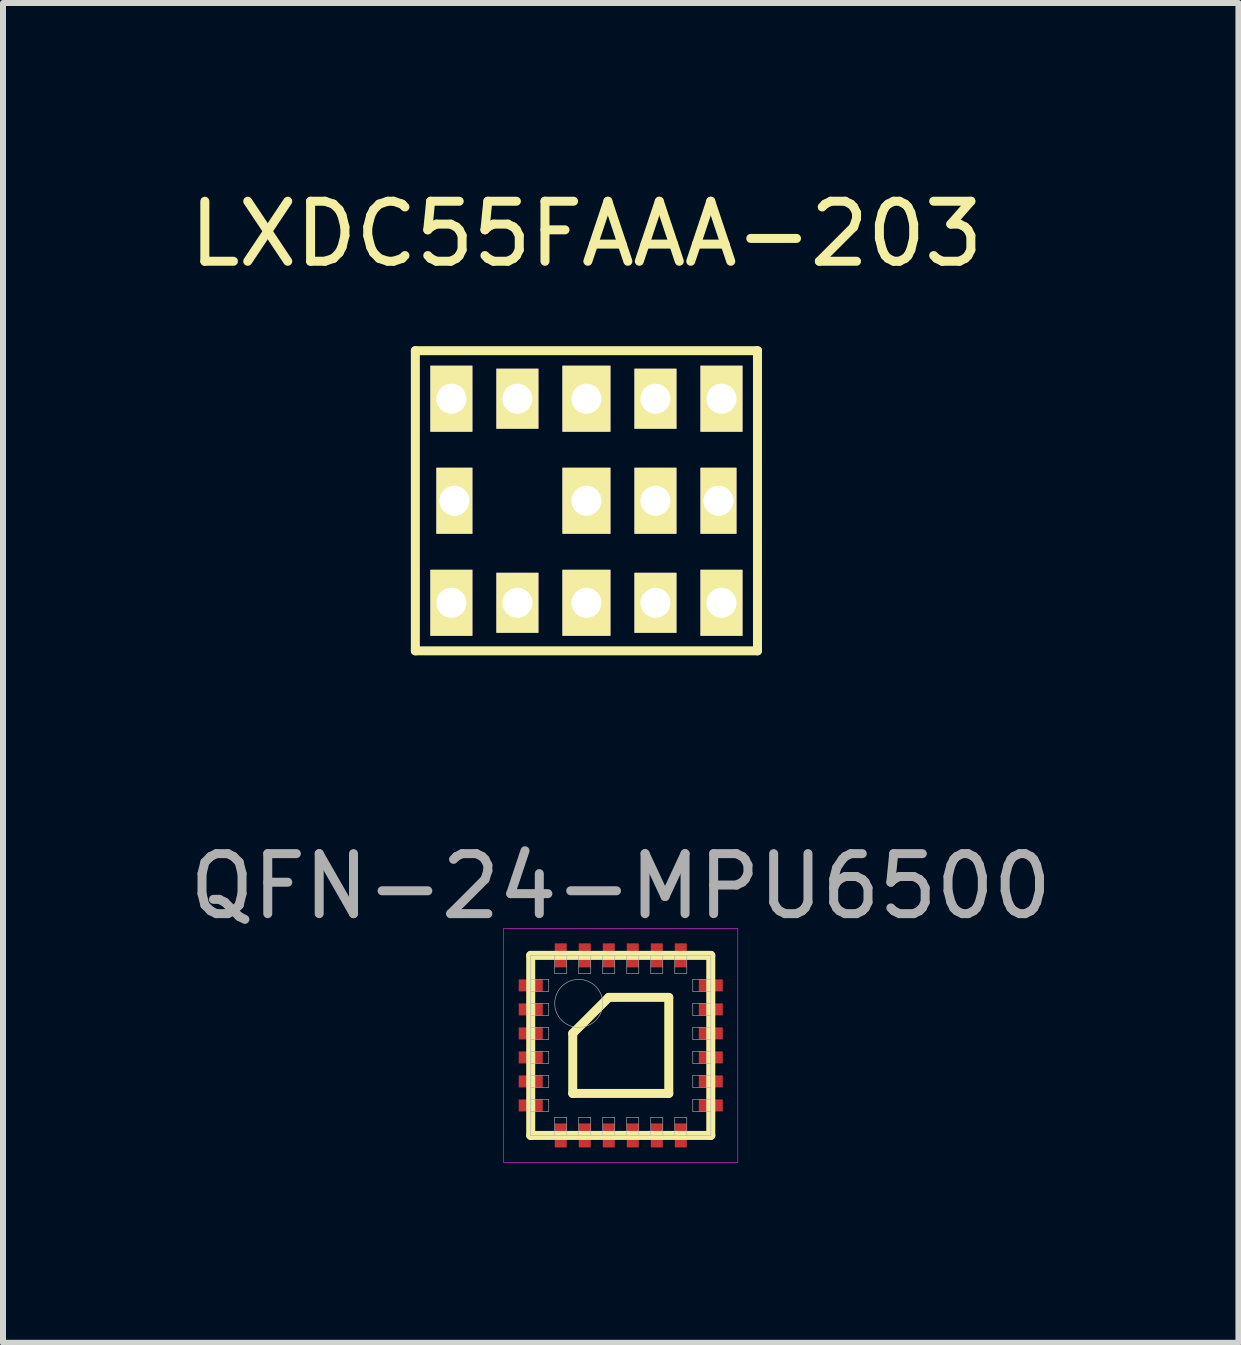
<source format=kicad_pcb>
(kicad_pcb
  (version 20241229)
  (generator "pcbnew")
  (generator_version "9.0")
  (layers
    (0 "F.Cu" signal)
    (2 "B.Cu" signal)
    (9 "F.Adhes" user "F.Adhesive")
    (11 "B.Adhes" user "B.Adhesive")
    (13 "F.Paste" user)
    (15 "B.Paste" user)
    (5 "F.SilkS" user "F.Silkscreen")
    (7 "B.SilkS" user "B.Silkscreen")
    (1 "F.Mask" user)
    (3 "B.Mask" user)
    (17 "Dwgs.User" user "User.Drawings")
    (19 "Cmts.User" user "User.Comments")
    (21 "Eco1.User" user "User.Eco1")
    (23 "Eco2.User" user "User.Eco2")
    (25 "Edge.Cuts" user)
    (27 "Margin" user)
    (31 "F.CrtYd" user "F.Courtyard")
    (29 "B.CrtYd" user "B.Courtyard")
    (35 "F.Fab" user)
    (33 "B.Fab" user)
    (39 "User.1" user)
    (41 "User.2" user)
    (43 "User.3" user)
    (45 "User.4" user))
  (footprint "QFN-24-MPU6500"
    (layer "F.Cu")
    (at 7.292 14.367)
    (property "Reference" "QFN-24-MPU6500" (at 0 -2.65 0) (layer "F.Fab") (effects (font (size 1 1) (thickness 0.15))))
    (attr through_hole)
    (fp_line (start -1.5 -1.5) (end 1.5 -1.5) (stroke (width 0.15) (type solid)) (layer "F.SilkS"))
    (fp_line (start -1.5 1.5) (end -1.5 -1.5) (stroke (width 0.15) (type solid)) (layer "F.SilkS"))
    (fp_line (start -0.8 -0.2) (end -0.2 -0.8) (stroke (width 0.15) (type solid)) (layer "F.SilkS"))
    (fp_line (start -0.8 0.8) (end -0.8 -0.2) (stroke (width 0.15) (type solid)) (layer "F.SilkS"))
    (fp_line (start -0.2 -0.8) (end 0.8 -0.8) (stroke (width 0.15) (type solid)) (layer "F.SilkS"))
    (fp_line (start 0.8 -0.8) (end 0.8 0.8) (stroke (width 0.15) (type solid)) (layer "F.SilkS"))
    (fp_line (start 0.8 0.8) (end -0.8 0.8) (stroke (width 0.15) (type solid)) (layer "F.SilkS"))
    (fp_line (start 1.5 -1.5) (end 1.5 1.5) (stroke (width 0.15) (type solid)) (layer "F.SilkS"))
    (fp_line (start 1.5 1.5) (end -1.5 1.5) (stroke (width 0.15) (type solid)) (layer "F.SilkS"))
    (fp_line (start -1.95 -1.95) (end 1.95 -1.95) (stroke (width 0.01) (type solid)) (layer "F.CrtYd"))
    (fp_line (start -1.95 1.95) (end -1.95 -1.95) (stroke (width 0.01) (type solid)) (layer "F.CrtYd"))
    (fp_line (start 1.95 -1.95) (end 1.95 1.95) (stroke (width 0.01) (type solid)) (layer "F.CrtYd"))
    (fp_line (start 1.95 1.95) (end -1.95 1.95) (stroke (width 0.01) (type solid)) (layer "F.CrtYd"))
    (fp_line (start -1.5 -1.5) (end 1.5 -1.5) (stroke (width 0.01) (type solid)) (layer "F.Fab"))
    (fp_line (start -1.5 -0.9) (end -1.2 -0.9) (stroke (width 0.01) (type solid)) (layer "F.Fab"))
    (fp_line (start -1.5 -0.5) (end -1.2 -0.5) (stroke (width 0.01) (type solid)) (layer "F.Fab"))
    (fp_line (start -1.5 -0.1) (end -1.2 -0.1) (stroke (width 0.01) (type solid)) (layer "F.Fab"))
    (fp_line (start -1.5 0.3) (end -1.2 0.3) (stroke (width 0.01) (type solid)) (layer "F.Fab"))
    (fp_line (start -1.5 0.7) (end -1.2 0.7) (stroke (width 0.01) (type solid)) (layer "F.Fab"))
    (fp_line (start -1.5 1.1) (end -1.2 1.1) (stroke (width 0.01) (type solid)) (layer "F.Fab"))
    (fp_line (start -1.5 1.5) (end -1.5 -1.5) (stroke (width 0.01) (type solid)) (layer "F.Fab"))
    (fp_line (start -1.2 -1.1) (end -1.5 -1.1) (stroke (width 0.01) (type solid)) (layer "F.Fab"))
    (fp_line (start -1.2 -0.9) (end -1.2 -1.1) (stroke (width 0.01) (type solid)) (layer "F.Fab"))
    (fp_line (start -1.2 -0.7) (end -1.5 -0.7) (stroke (width 0.01) (type solid)) (layer "F.Fab"))
    (fp_line (start -1.2 -0.5) (end -1.2 -0.7) (stroke (width 0.01) (type solid)) (layer "F.Fab"))
    (fp_line (start -1.2 -0.3) (end -1.5 -0.3) (stroke (width 0.01) (type solid)) (layer "F.Fab"))
    (fp_line (start -1.2 -0.1) (end -1.2 -0.3) (stroke (width 0.01) (type solid)) (layer "F.Fab"))
    (fp_line (start -1.2 0.1) (end -1.5 0.1) (stroke (width 0.01) (type solid)) (layer "F.Fab"))
    (fp_line (start -1.2 0.3) (end -1.2 0.1) (stroke (width 0.01) (type solid)) (layer "F.Fab"))
    (fp_line (start -1.2 0.5) (end -1.5 0.5) (stroke (width 0.01) (type solid)) (layer "F.Fab"))
    (fp_line (start -1.2 0.7) (end -1.2 0.5) (stroke (width 0.01) (type solid)) (layer "F.Fab"))
    (fp_line (start -1.2 0.9) (end -1.5 0.9) (stroke (width 0.01) (type solid)) (layer "F.Fab"))
    (fp_line (start -1.2 1.1) (end -1.2 0.9) (stroke (width 0.01) (type solid)) (layer "F.Fab"))
    (fp_line (start -1.1 -1.5) (end -1.1 -1.2) (stroke (width 0.01) (type solid)) (layer "F.Fab"))
    (fp_line (start -1.1 -1.2) (end -0.9 -1.2) (stroke (width 0.01) (type solid)) (layer "F.Fab"))
    (fp_line (start -1.1 1.2) (end -1.1 1.5) (stroke (width 0.01) (type solid)) (layer "F.Fab"))
    (fp_line (start -0.9 -1.2) (end -0.9 -1.5) (stroke (width 0.01) (type solid)) (layer "F.Fab"))
    (fp_line (start -0.9 1.2) (end -1.1 1.2) (stroke (width 0.01) (type solid)) (layer "F.Fab"))
    (fp_line (start -0.9 1.5) (end -0.9 1.2) (stroke (width 0.01) (type solid)) (layer "F.Fab"))
    (fp_line (start -0.7 -1.5) (end -0.7 -1.2) (stroke (width 0.01) (type solid)) (layer "F.Fab"))
    (fp_line (start -0.7 -1.2) (end -0.5 -1.2) (stroke (width 0.01) (type solid)) (layer "F.Fab"))
    (fp_line (start -0.7 1.2) (end -0.7 1.5) (stroke (width 0.01) (type solid)) (layer "F.Fab"))
    (fp_line (start -0.5 -1.2) (end -0.5 -1.5) (stroke (width 0.01) (type solid)) (layer "F.Fab"))
    (fp_line (start -0.5 1.2) (end -0.7 1.2) (stroke (width 0.01) (type solid)) (layer "F.Fab"))
    (fp_line (start -0.5 1.5) (end -0.5 1.2) (stroke (width 0.01) (type solid)) (layer "F.Fab"))
    (fp_line (start -0.3 -1.5) (end -0.3 -1.2) (stroke (width 0.01) (type solid)) (layer "F.Fab"))
    (fp_line (start -0.3 -1.2) (end -0.1 -1.2) (stroke (width 0.01) (type solid)) (layer "F.Fab"))
    (fp_line (start -0.3 1.2) (end -0.3 1.5) (stroke (width 0.01) (type solid)) (layer "F.Fab"))
    (fp_line (start -0.1 -1.2) (end -0.1 -1.5) (stroke (width 0.01) (type solid)) (layer "F.Fab"))
    (fp_line (start -0.1 1.2) (end -0.3 1.2) (stroke (width 0.01) (type solid)) (layer "F.Fab"))
    (fp_line (start -0.1 1.5) (end -0.1 1.2) (stroke (width 0.01) (type solid)) (layer "F.Fab"))
    (fp_line (start 0.1 -1.5) (end 0.1 -1.2) (stroke (width 0.01) (type solid)) (layer "F.Fab"))
    (fp_line (start 0.1 -1.2) (end 0.3 -1.2) (stroke (width 0.01) (type solid)) (layer "F.Fab"))
    (fp_line (start 0.1 1.2) (end 0.1 1.5) (stroke (width 0.01) (type solid)) (layer "F.Fab"))
    (fp_line (start 0.3 -1.2) (end 0.3 -1.5) (stroke (width 0.01) (type solid)) (layer "F.Fab"))
    (fp_line (start 0.3 1.2) (end 0.1 1.2) (stroke (width 0.01) (type solid)) (layer "F.Fab"))
    (fp_line (start 0.3 1.5) (end 0.3 1.2) (stroke (width 0.01) (type solid)) (layer "F.Fab"))
    (fp_line (start 0.5 -1.5) (end 0.5 -1.2) (stroke (width 0.01) (type solid)) (layer "F.Fab"))
    (fp_line (start 0.5 -1.2) (end 0.7 -1.2) (stroke (width 0.01) (type solid)) (layer "F.Fab"))
    (fp_line (start 0.5 1.2) (end 0.5 1.5) (stroke (width 0.01) (type solid)) (layer "F.Fab"))
    (fp_line (start 0.7 -1.2) (end 0.7 -1.5) (stroke (width 0.01) (type solid)) (layer "F.Fab"))
    (fp_line (start 0.7 1.2) (end 0.5 1.2) (stroke (width 0.01) (type solid)) (layer "F.Fab"))
    (fp_line (start 0.7 1.5) (end 0.7 1.2) (stroke (width 0.01) (type solid)) (layer "F.Fab"))
    (fp_line (start 0.9 -1.5) (end 0.9 -1.2) (stroke (width 0.01) (type solid)) (layer "F.Fab"))
    (fp_line (start 0.9 -1.2) (end 1.1 -1.2) (stroke (width 0.01) (type solid)) (layer "F.Fab"))
    (fp_line (start 0.9 1.2) (end 0.9 1.5) (stroke (width 0.01) (type solid)) (layer "F.Fab"))
    (fp_line (start 1.1 -1.2) (end 1.1 -1.5) (stroke (width 0.01) (type solid)) (layer "F.Fab"))
    (fp_line (start 1.1 1.2) (end 0.9 1.2) (stroke (width 0.01) (type solid)) (layer "F.Fab"))
    (fp_line (start 1.1 1.5) (end 1.1 1.2) (stroke (width 0.01) (type solid)) (layer "F.Fab"))
    (fp_line (start 1.2 -1.1) (end 1.2 -0.9) (stroke (width 0.01) (type solid)) (layer "F.Fab"))
    (fp_line (start 1.2 -0.9) (end 1.5 -0.9) (stroke (width 0.01) (type solid)) (layer "F.Fab"))
    (fp_line (start 1.2 -0.7) (end 1.2 -0.5) (stroke (width 0.01) (type solid)) (layer "F.Fab"))
    (fp_line (start 1.2 -0.5) (end 1.5 -0.5) (stroke (width 0.01) (type solid)) (layer "F.Fab"))
    (fp_line (start 1.2 -0.3) (end 1.2 -0.1) (stroke (width 0.01) (type solid)) (layer "F.Fab"))
    (fp_line (start 1.2 -0.1) (end 1.5 -0.1) (stroke (width 0.01) (type solid)) (layer "F.Fab"))
    (fp_line (start 1.2 0.1) (end 1.2 0.3) (stroke (width 0.01) (type solid)) (layer "F.Fab"))
    (fp_line (start 1.2 0.3) (end 1.5 0.3) (stroke (width 0.01) (type solid)) (layer "F.Fab"))
    (fp_line (start 1.2 0.5) (end 1.2 0.7) (stroke (width 0.01) (type solid)) (layer "F.Fab"))
    (fp_line (start 1.2 0.7) (end 1.5 0.7) (stroke (width 0.01) (type solid)) (layer "F.Fab"))
    (fp_line (start 1.2 0.9) (end 1.2 1.1) (stroke (width 0.01) (type solid)) (layer "F.Fab"))
    (fp_line (start 1.2 1.1) (end 1.5 1.1) (stroke (width 0.01) (type solid)) (layer "F.Fab"))
    (fp_line (start 1.5 -1.5) (end 1.5 1.5) (stroke (width 0.01) (type solid)) (layer "F.Fab"))
    (fp_line (start 1.5 -1.1) (end 1.2 -1.1) (stroke (width 0.01) (type solid)) (layer "F.Fab"))
    (fp_line (start 1.5 -0.7) (end 1.2 -0.7) (stroke (width 0.01) (type solid)) (layer "F.Fab"))
    (fp_line (start 1.5 -0.3) (end 1.2 -0.3) (stroke (width 0.01) (type solid)) (layer "F.Fab"))
    (fp_line (start 1.5 0.1) (end 1.2 0.1) (stroke (width 0.01) (type solid)) (layer "F.Fab"))
    (fp_line (start 1.5 0.5) (end 1.2 0.5) (stroke (width 0.01) (type solid)) (layer "F.Fab"))
    (fp_line (start 1.5 0.9) (end 1.2 0.9) (stroke (width 0.01) (type solid)) (layer "F.Fab"))
    (fp_line (start 1.5 1.5) (end -1.5 1.5) (stroke (width 0.01) (type solid)) (layer "F.Fab"))
    (fp_circle (center -0.7 -0.7) (end -0.7 -0.3) (stroke (width 0.01) (type solid)) (fill no) (layer "F.Fab"))
    (pad "1" smd rect (at -1.5 -1) (size 0.4 0.2) (layers "F.Cu" "F.Mask" "F.Paste"))
    (pad "2" smd rect (at -1.5 -0.6) (size 0.4 0.2) (layers "F.Cu" "F.Mask" "F.Paste"))
    (pad "3" smd rect (at -1.5 -0.2) (size 0.4 0.2) (layers "F.Cu" "F.Mask" "F.Paste"))
    (pad "4" smd rect (at -1.5 0.2) (size 0.4 0.2) (layers "F.Cu" "F.Mask" "F.Paste"))
    (pad "5" smd rect (at -1.5 0.6) (size 0.4 0.2) (layers "F.Cu" "F.Mask" "F.Paste"))
    (pad "6" smd rect (at -1.5 1) (size 0.4 0.2) (layers "F.Cu" "F.Mask" "F.Paste"))
    (pad "7" smd rect (at -1 1.5) (size 0.2 0.4) (layers "F.Cu" "F.Mask" "F.Paste"))
    (pad "8" smd rect (at -0.6 1.5) (size 0.2 0.4) (layers "F.Cu" "F.Mask" "F.Paste"))
    (pad "9" smd rect (at -0.2 1.5) (size 0.2 0.4) (layers "F.Cu" "F.Mask" "F.Paste"))
    (pad "10" smd rect (at 0.2 1.5) (size 0.2 0.4) (layers "F.Cu" "F.Mask" "F.Paste"))
    (pad "11" smd rect (at 0.6 1.5) (size 0.2 0.4) (layers "F.Cu" "F.Mask" "F.Paste"))
    (pad "12" smd rect (at 1 1.5) (size 0.2 0.4) (layers "F.Cu" "F.Mask" "F.Paste"))
    (pad "13" smd rect (at 1.5 1) (size 0.4 0.2) (layers "F.Cu" "F.Mask" "F.Paste"))
    (pad "14" smd rect (at 1.5 0.6) (size 0.4 0.2) (layers "F.Cu" "F.Mask" "F.Paste"))
    (pad "15" smd rect (at 1.5 0.2) (size 0.4 0.2) (layers "F.Cu" "F.Mask" "F.Paste"))
    (pad "16" smd rect (at 1.5 -0.2) (size 0.4 0.2) (layers "F.Cu" "F.Mask" "F.Paste"))
    (pad "17" smd rect (at 1.5 -0.6) (size 0.4 0.2) (layers "F.Cu" "F.Mask" "F.Paste"))
    (pad "18" smd rect (at 1.5 -1) (size 0.4 0.2) (layers "F.Cu" "F.Mask" "F.Paste"))
    (pad "19" smd rect (at 1 -1.5) (size 0.2 0.4) (layers "F.Cu" "F.Mask" "F.Paste"))
    (pad "20" smd rect (at 0.6 -1.5) (size 0.2 0.4) (layers "F.Cu" "F.Mask" "F.Paste"))
    (pad "21" smd rect (at 0.2 -1.5) (size 0.2 0.4) (layers "F.Cu" "F.Mask" "F.Paste"))
    (pad "22" smd rect (at -0.2 -1.5) (size 0.2 0.4) (layers "F.Cu" "F.Mask" "F.Paste"))
    (pad "23" smd rect (at -0.6 -1.5) (size 0.2 0.4) (layers "F.Cu" "F.Mask" "F.Paste"))
    (pad "24" smd rect (at -1 -1.5) (size 0.2 0.4) (layers "F.Cu" "F.Mask" "F.Paste")))
  (footprint "LXDC55FAAA-203"
    (layer "F.Cu")
    (at 6.72 5.293)
    (property "Reference" "LXDC55FAAA-203" (at 0 -4.445 0) (layer "F.SilkS") (effects (font (size 1 1) (thickness 0.15))))
    (attr through_hole)
    (fp_line (start -2.85 -2.5) (end -2.85 2.5) (stroke (width 0.15) (type solid)) (layer "F.SilkS"))
    (fp_line (start -2.85 2.5) (end 2.85 2.5) (stroke (width 0.15) (type solid)) (layer "F.SilkS"))
    (fp_line (start 2.85 -2.5) (end -2.85 -2.5) (stroke (width 0.15) (type solid)) (layer "F.SilkS"))
    (fp_line (start 2.85 2.5) (end 2.85 -2.5) (stroke (width 0.15) (type solid)) (layer "F.SilkS"))
    (pad "1" thru_hole rect (at -2.25 1.7) (size 0.7 1.1) (drill 0.5) (layers "*.Cu" "*.Mask" "F.SilkS"))
    (pad "2" thru_hole rect (at -1.15 1.7) (size 0.7 1) (drill 0.5) (layers "*.Cu" "*.Mask" "F.SilkS"))
    (pad "3" thru_hole rect (at 0 1.7) (size 0.8 1.1) (drill 0.5) (layers "*.Cu" "*.Mask" "F.SilkS"))
    (pad "4" thru_hole rect (at 1.15 1.7) (size 0.7 1) (drill 0.5) (layers "*.Cu" "*.Mask" "F.SilkS"))
    (pad "5" thru_hole rect (at 2.25 1.7) (size 0.7 1.1) (drill 0.5) (layers "*.Cu" "*.Mask" "F.SilkS"))
    (pad "6" thru_hole rect (at 2.2 0) (size 0.6 1.1) (drill 0.5) (layers "*.Cu" "*.Mask" "F.SilkS"))
    (pad "7" thru_hole rect (at 2.25 -1.7) (size 0.7 1.1) (drill 0.5) (layers "*.Cu" "*.Mask" "F.SilkS"))
    (pad "8" thru_hole rect (at 1.15 -1.7) (size 0.7 1) (drill 0.5) (layers "*.Cu" "*.Mask" "F.SilkS"))
    (pad "9" thru_hole rect (at 0 -1.7) (size 0.8 1.1) (drill 0.5) (layers "*.Cu" "*.Mask" "F.SilkS"))
    (pad "10" thru_hole rect (at -1.15 -1.7) (size 0.7 1) (drill 0.5) (layers "*.Cu" "*.Mask" "F.SilkS"))
    (pad "11" thru_hole rect (at -2.25 -1.7) (size 0.7 1.1) (drill 0.5) (layers "*.Cu" "*.Mask" "F.SilkS"))
    (pad "12" thru_hole rect (at -2.2 0) (size 0.6 1.1) (drill 0.5) (layers "*.Cu" "*.Mask" "F.SilkS"))
    (pad "13" thru_hole rect (at 0 0) (size 0.8 1.1) (drill 0.5) (layers "*.Cu" "*.Mask" "F.SilkS"))
    (pad "14" thru_hole rect (at 1.15 0) (size 0.7 1.1) (drill 0.5) (layers "*.Cu" "*.Mask" "F.SilkS")))
  (gr_rect
    (start -3 -3)
    (end 17.583 19.322)
    (stroke (width 0.1) (type default))
    (fill no)
    (layer "Edge.Cuts")))
</source>
